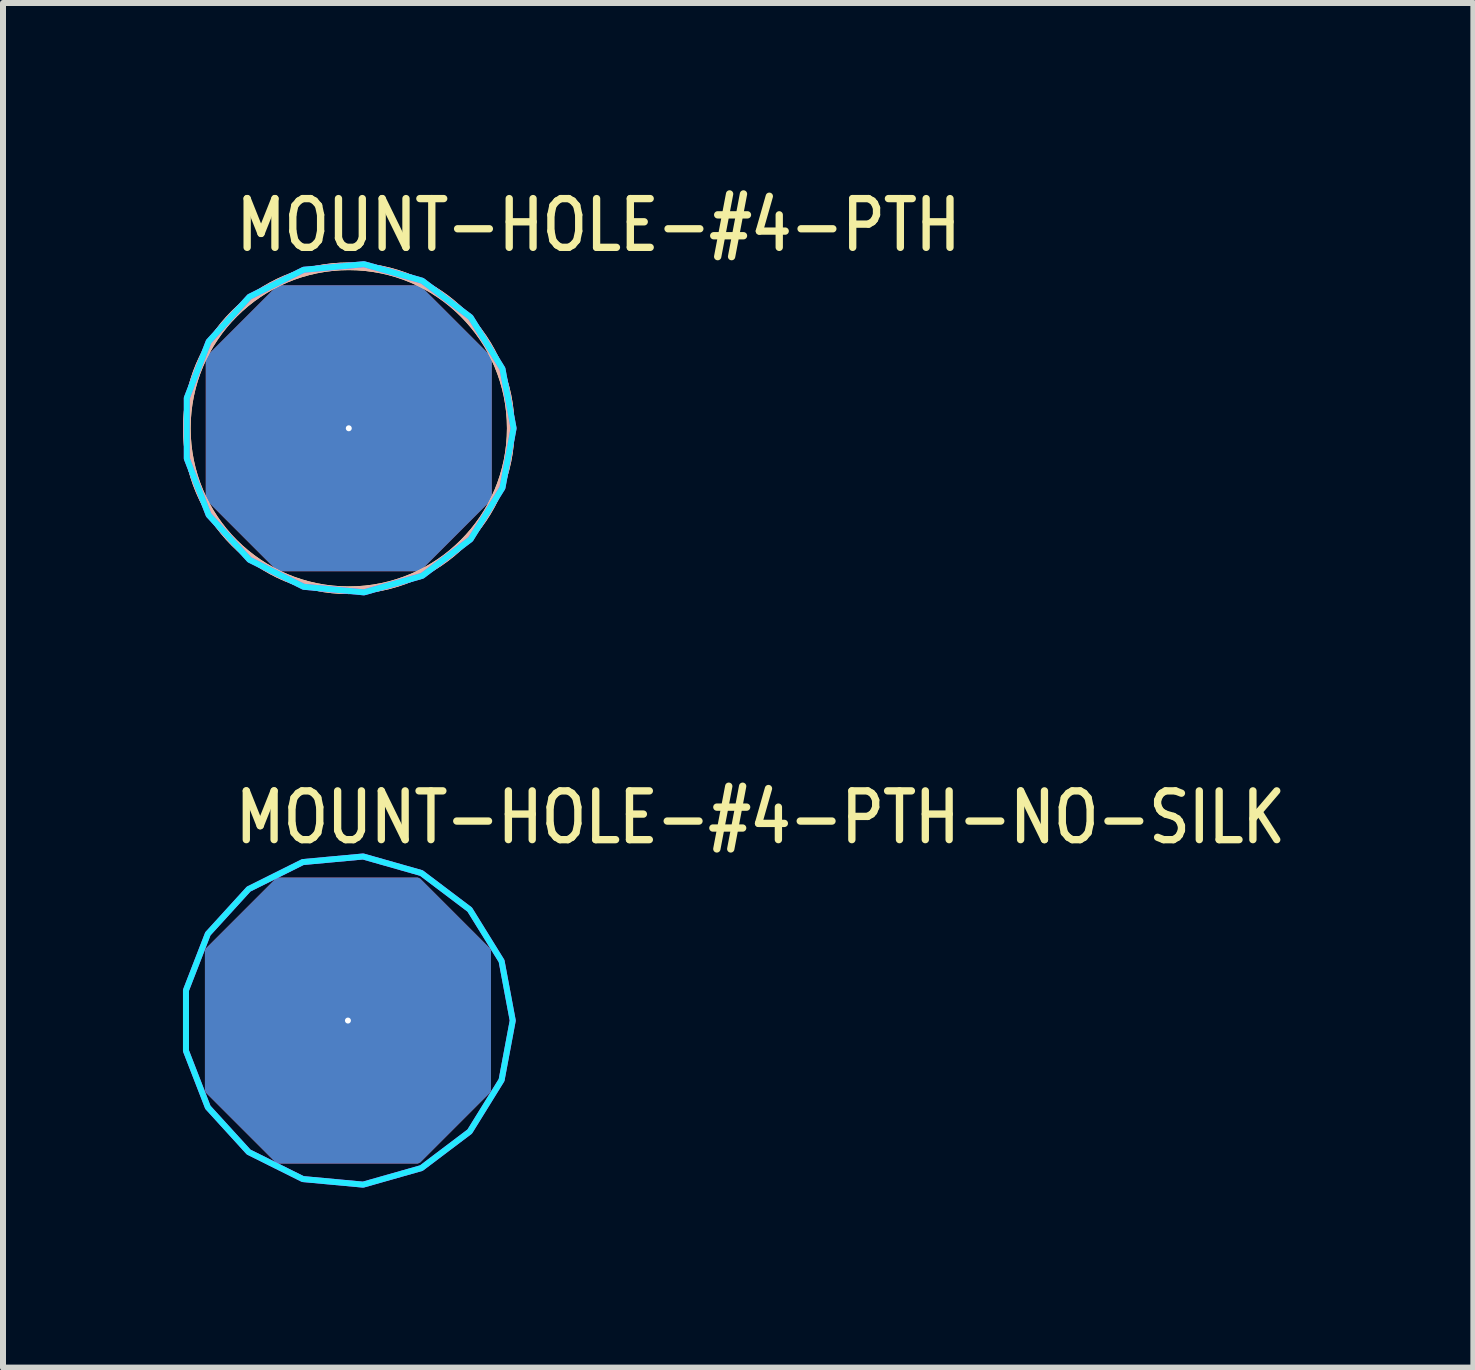
<source format=kicad_pcb>
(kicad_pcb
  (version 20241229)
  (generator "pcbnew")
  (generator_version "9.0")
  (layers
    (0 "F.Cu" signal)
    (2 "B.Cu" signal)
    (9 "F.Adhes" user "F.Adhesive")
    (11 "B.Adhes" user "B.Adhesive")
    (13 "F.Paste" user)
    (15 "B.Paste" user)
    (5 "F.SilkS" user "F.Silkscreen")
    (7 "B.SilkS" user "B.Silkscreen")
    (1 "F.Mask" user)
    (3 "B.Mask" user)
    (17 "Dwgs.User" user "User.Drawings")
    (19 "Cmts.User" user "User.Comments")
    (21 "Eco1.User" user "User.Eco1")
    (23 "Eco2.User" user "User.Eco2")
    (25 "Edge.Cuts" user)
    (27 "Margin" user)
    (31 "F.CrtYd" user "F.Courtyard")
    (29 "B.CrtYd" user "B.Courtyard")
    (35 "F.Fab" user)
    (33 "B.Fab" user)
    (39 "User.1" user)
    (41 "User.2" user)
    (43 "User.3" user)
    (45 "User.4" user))
  (footprint "MOUNT-HOLE-#4-PTH"
    (layer "F.Cu")
    (at 2.764 4.089)
    (property "Reference" "MOUNT-HOLE-#4-PTH" (at -1.94 -2.91 0) (unlocked yes) (layer "F.SilkS") (effects (font (size 0.813 0.695) (thickness 0.122)) (justify left bottom)))
    (fp_circle (center 0 0) (end 2.7 0) (stroke (width 0.127) (type solid)) (fill no) (layer "F.SilkS"))
    (fp_circle (center 0 0) (end 2.7 0) (stroke (width 0.127) (type solid)) (fill no) (layer "B.SilkS"))
    (fp_poly (pts (xy 2.747 0) (xy 2.561 -0.992) (xy 2.03 -1.85) (xy 1.224 -2.459) (xy 0.253 -2.735) (xy -0.752 -2.642) (xy -1.655 -2.192) (xy -2.335 -1.446) (xy -2.7 -0.505) (xy -2.7 0.505) (xy -2.335 1.446) (xy -1.655 2.192) (xy -0.752 2.642) (xy 0.253 2.735) (xy 1.224 2.459) (xy 2.03 1.85) (xy 2.561 0.992)) (stroke (width 0.1) (type solid)) (fill no) (layer "B.CrtYd"))
    (fp_poly (pts (xy 2.747 0) (xy 2.561 -0.992) (xy 2.03 -1.85) (xy 1.224 -2.459) (xy 0.253 -2.735) (xy -0.752 -2.642) (xy -1.655 -2.192) (xy -2.335 -1.446) (xy -2.7 -0.505) (xy -2.7 0.505) (xy -2.335 1.446) (xy -1.655 2.192) (xy -0.752 2.642) (xy 0.253 2.735) (xy 1.224 2.459) (xy 2.03 1.85) (xy 2.561 0.992)) (stroke (width 0.1) (type solid)) (fill no) (layer "F.CrtYd"))
    (pad "1" thru_hole custom (at 0 0) (size 0.1 0.1) (drill 3.264) (layers "*.Cu" "*.Mask") (options (anchor rect)) (primitives (gr_poly (pts (xy 2.324 1.162) (xy 1.162 2.324) (xy -1.162 2.324) (xy -2.324 1.162) (xy -2.324 -1.162) (xy -1.162 -2.324) (xy 1.162 -2.324) (xy 2.324 -1.162)) (width 0.12) (fill yes)))))
  (footprint "MOUNT-HOLE-#4-PTH-NO-SILK"
    (layer "F.Cu")
    (at 2.75 13.962)
    (property "Reference" "MOUNT-HOLE-#4-PTH-NO-SILK" (at -1.94 -2.91 0) (unlocked yes) (layer "F.SilkS") (effects (font (size 0.813 0.695) (thickness 0.122)) (justify left bottom)))
    (fp_poly (pts (xy 2.747 0) (xy 2.561 -0.992) (xy 2.03 -1.85) (xy 1.224 -2.459) (xy 0.253 -2.735) (xy -0.752 -2.642) (xy -1.655 -2.192) (xy -2.335 -1.446) (xy -2.7 -0.505) (xy -2.7 0.505) (xy -2.335 1.446) (xy -1.655 2.192) (xy -0.752 2.642) (xy 0.253 2.735) (xy 1.224 2.459) (xy 2.03 1.85) (xy 2.561 0.992)) (stroke (width 0.1) (type solid)) (fill no) (layer "B.CrtYd"))
    (fp_poly (pts (xy 2.747 0) (xy 2.561 -0.992) (xy 2.03 -1.85) (xy 1.224 -2.459) (xy 0.253 -2.735) (xy -0.752 -2.642) (xy -1.655 -2.192) (xy -2.335 -1.446) (xy -2.7 -0.505) (xy -2.7 0.505) (xy -2.335 1.446) (xy -1.655 2.192) (xy -0.752 2.642) (xy 0.253 2.735) (xy 1.224 2.459) (xy 2.03 1.85) (xy 2.561 0.992)) (stroke (width 0.1) (type solid)) (fill no) (layer "F.CrtYd"))
    (pad "1" thru_hole custom (at 0 0) (size 0.1 0.1) (drill 3.264) (layers "*.Cu" "*.Mask") (options (anchor rect)) (primitives (gr_poly (pts (xy 2.324 1.162) (xy 1.162 2.324) (xy -1.162 2.324) (xy -2.324 1.162) (xy -2.324 -1.162) (xy -1.162 -2.324) (xy 1.162 -2.324) (xy 2.324 -1.162)) (width 0.12) (fill yes)))))
  (gr_rect
    (start -3 -3)
    (end 21.51 19.747)
    (stroke (width 0.1) (type default))
    (fill no)
    (layer "Edge.Cuts")))
</source>
